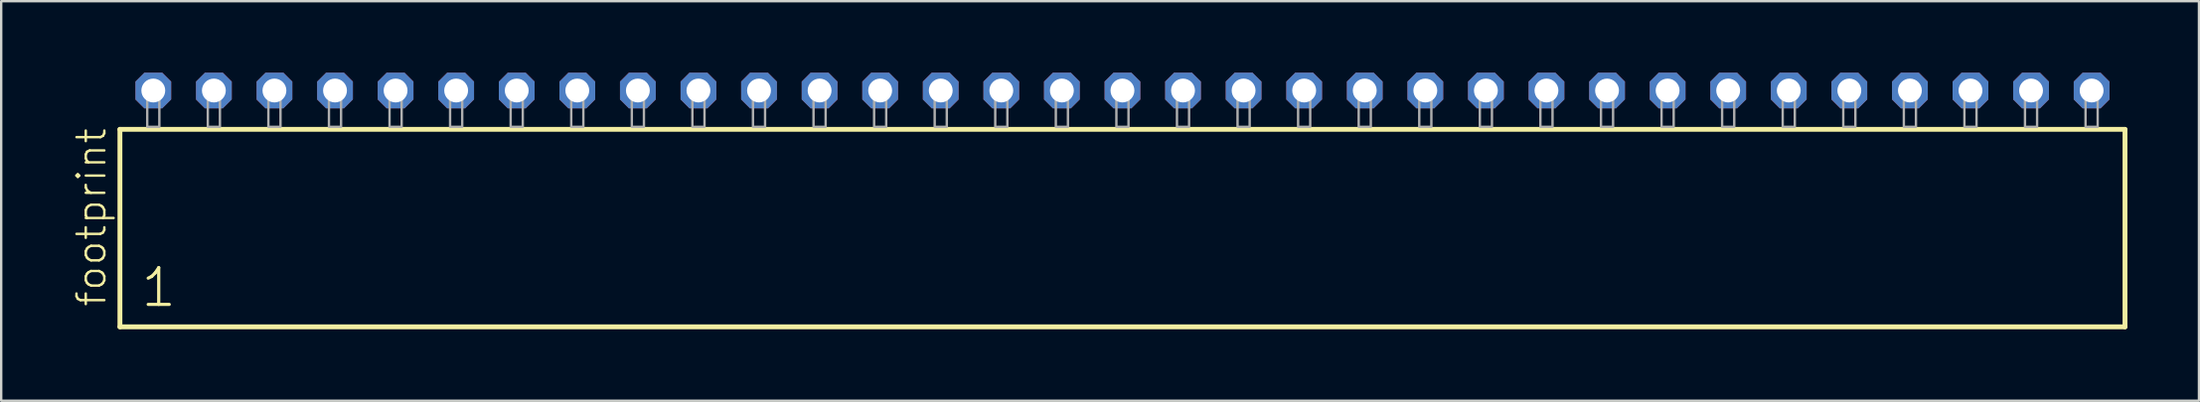
<source format=kicad_pcb>
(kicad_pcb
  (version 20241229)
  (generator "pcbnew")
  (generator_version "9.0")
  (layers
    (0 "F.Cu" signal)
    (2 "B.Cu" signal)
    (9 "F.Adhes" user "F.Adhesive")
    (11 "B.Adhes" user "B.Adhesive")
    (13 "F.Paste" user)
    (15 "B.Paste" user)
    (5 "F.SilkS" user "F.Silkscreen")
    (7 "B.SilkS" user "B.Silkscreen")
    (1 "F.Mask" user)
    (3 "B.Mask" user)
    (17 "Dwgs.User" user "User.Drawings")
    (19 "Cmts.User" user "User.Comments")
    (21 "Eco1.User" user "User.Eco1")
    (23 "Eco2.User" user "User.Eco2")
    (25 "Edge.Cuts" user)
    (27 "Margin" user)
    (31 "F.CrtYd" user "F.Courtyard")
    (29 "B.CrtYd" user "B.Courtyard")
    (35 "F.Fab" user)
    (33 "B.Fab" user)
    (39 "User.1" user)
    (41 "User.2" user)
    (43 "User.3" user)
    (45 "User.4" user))
  (footprint "footprint"
    (layer "F.Cu")
    (at 44.018 2.274)
    (property "Reference" "footprint" (at -42.545 7.62 90) (layer "F.SilkS") (effects (font (size 1.168 1.168) (thickness 0.102)) (justify left bottom)))
    (fp_line (start -42.039 0.106) (end -42.039 8.396) (stroke (width 0.203) (type solid)) (layer "F.SilkS"))
    (fp_line (start -42.039 8.396) (end 42.039 8.396) (stroke (width 0.203) (type solid)) (layer "F.SilkS"))
    (fp_line (start 42.039 0.106) (end -42.039 0.106) (stroke (width 0.203) (type solid)) (layer "F.SilkS"))
    (fp_line (start 42.039 8.396) (end 42.039 0.106) (stroke (width 0.203) (type solid)) (layer "F.SilkS"))
    (fp_poly (pts (xy -40.894 0) (xy -40.386 0) (xy -40.386 -1.778) (xy -40.894 -1.778)) (stroke (width 0.1) (type solid)) (fill no) (layer "F.Fab"))
    (fp_poly (pts (xy -38.354 0) (xy -37.846 0) (xy -37.846 -1.778) (xy -38.354 -1.778)) (stroke (width 0.1) (type solid)) (fill no) (layer "F.Fab"))
    (fp_poly (pts (xy -35.814 0) (xy -35.306 0) (xy -35.306 -1.778) (xy -35.814 -1.778)) (stroke (width 0.1) (type solid)) (fill no) (layer "F.Fab"))
    (fp_poly (pts (xy -33.274 0) (xy -32.766 0) (xy -32.766 -1.778) (xy -33.274 -1.778)) (stroke (width 0.1) (type solid)) (fill no) (layer "F.Fab"))
    (fp_poly (pts (xy -30.734 0) (xy -30.226 0) (xy -30.226 -1.778) (xy -30.734 -1.778)) (stroke (width 0.1) (type solid)) (fill no) (layer "F.Fab"))
    (fp_poly (pts (xy -28.194 0) (xy -27.686 0) (xy -27.686 -1.778) (xy -28.194 -1.778)) (stroke (width 0.1) (type solid)) (fill no) (layer "F.Fab"))
    (fp_poly (pts (xy -25.654 0) (xy -25.146 0) (xy -25.146 -1.778) (xy -25.654 -1.778)) (stroke (width 0.1) (type solid)) (fill no) (layer "F.Fab"))
    (fp_poly (pts (xy -23.114 0) (xy -22.606 0) (xy -22.606 -1.778) (xy -23.114 -1.778)) (stroke (width 0.1) (type solid)) (fill no) (layer "F.Fab"))
    (fp_poly (pts (xy -20.574 0) (xy -20.066 0) (xy -20.066 -1.778) (xy -20.574 -1.778)) (stroke (width 0.1) (type solid)) (fill no) (layer "F.Fab"))
    (fp_poly (pts (xy -18.034 0) (xy -17.526 0) (xy -17.526 -1.778) (xy -18.034 -1.778)) (stroke (width 0.1) (type solid)) (fill no) (layer "F.Fab"))
    (fp_poly (pts (xy -15.494 0) (xy -14.986 0) (xy -14.986 -1.778) (xy -15.494 -1.778)) (stroke (width 0.1) (type solid)) (fill no) (layer "F.Fab"))
    (fp_poly (pts (xy -12.954 0) (xy -12.446 0) (xy -12.446 -1.778) (xy -12.954 -1.778)) (stroke (width 0.1) (type solid)) (fill no) (layer "F.Fab"))
    (fp_poly (pts (xy -10.414 0) (xy -9.906 0) (xy -9.906 -1.778) (xy -10.414 -1.778)) (stroke (width 0.1) (type solid)) (fill no) (layer "F.Fab"))
    (fp_poly (pts (xy -7.874 0) (xy -7.366 0) (xy -7.366 -1.778) (xy -7.874 -1.778)) (stroke (width 0.1) (type solid)) (fill no) (layer "F.Fab"))
    (fp_poly (pts (xy -5.334 0) (xy -4.826 0) (xy -4.826 -1.778) (xy -5.334 -1.778)) (stroke (width 0.1) (type solid)) (fill no) (layer "F.Fab"))
    (fp_poly (pts (xy -2.794 0) (xy -2.286 0) (xy -2.286 -1.778) (xy -2.794 -1.778)) (stroke (width 0.1) (type solid)) (fill no) (layer "F.Fab"))
    (fp_poly (pts (xy -0.254 0) (xy 0.254 0) (xy 0.254 -1.778) (xy -0.254 -1.778)) (stroke (width 0.1) (type solid)) (fill no) (layer "F.Fab"))
    (fp_poly (pts (xy 2.286 0) (xy 2.794 0) (xy 2.794 -1.778) (xy 2.286 -1.778)) (stroke (width 0.1) (type solid)) (fill no) (layer "F.Fab"))
    (fp_poly (pts (xy 4.826 0) (xy 5.334 0) (xy 5.334 -1.778) (xy 4.826 -1.778)) (stroke (width 0.1) (type solid)) (fill no) (layer "F.Fab"))
    (fp_poly (pts (xy 7.366 0) (xy 7.874 0) (xy 7.874 -1.778) (xy 7.366 -1.778)) (stroke (width 0.1) (type solid)) (fill no) (layer "F.Fab"))
    (fp_poly (pts (xy 9.906 0) (xy 10.414 0) (xy 10.414 -1.778) (xy 9.906 -1.778)) (stroke (width 0.1) (type solid)) (fill no) (layer "F.Fab"))
    (fp_poly (pts (xy 12.446 0) (xy 12.954 0) (xy 12.954 -1.778) (xy 12.446 -1.778)) (stroke (width 0.1) (type solid)) (fill no) (layer "F.Fab"))
    (fp_poly (pts (xy 14.986 0) (xy 15.494 0) (xy 15.494 -1.778) (xy 14.986 -1.778)) (stroke (width 0.1) (type solid)) (fill no) (layer "F.Fab"))
    (fp_poly (pts (xy 17.526 0) (xy 18.034 0) (xy 18.034 -1.778) (xy 17.526 -1.778)) (stroke (width 0.1) (type solid)) (fill no) (layer "F.Fab"))
    (fp_poly (pts (xy 20.066 0) (xy 20.574 0) (xy 20.574 -1.778) (xy 20.066 -1.778)) (stroke (width 0.1) (type solid)) (fill no) (layer "F.Fab"))
    (fp_poly (pts (xy 22.606 0) (xy 23.114 0) (xy 23.114 -1.778) (xy 22.606 -1.778)) (stroke (width 0.1) (type solid)) (fill no) (layer "F.Fab"))
    (fp_poly (pts (xy 25.146 0) (xy 25.654 0) (xy 25.654 -1.778) (xy 25.146 -1.778)) (stroke (width 0.1) (type solid)) (fill no) (layer "F.Fab"))
    (fp_poly (pts (xy 27.686 0) (xy 28.194 0) (xy 28.194 -1.778) (xy 27.686 -1.778)) (stroke (width 0.1) (type solid)) (fill no) (layer "F.Fab"))
    (fp_poly (pts (xy 30.226 0) (xy 30.734 0) (xy 30.734 -1.778) (xy 30.226 -1.778)) (stroke (width 0.1) (type solid)) (fill no) (layer "F.Fab"))
    (fp_poly (pts (xy 32.766 0) (xy 33.274 0) (xy 33.274 -1.778) (xy 32.766 -1.778)) (stroke (width 0.1) (type solid)) (fill no) (layer "F.Fab"))
    (fp_poly (pts (xy 35.306 0) (xy 35.814 0) (xy 35.814 -1.778) (xy 35.306 -1.778)) (stroke (width 0.1) (type solid)) (fill no) (layer "F.Fab"))
    (fp_poly (pts (xy 37.846 0) (xy 38.354 0) (xy 38.354 -1.778) (xy 37.846 -1.778)) (stroke (width 0.1) (type solid)) (fill no) (layer "F.Fab"))
    (fp_poly (pts (xy 40.386 0) (xy 40.894 0) (xy 40.894 -1.778) (xy 40.386 -1.778)) (stroke (width 0.1) (type solid)) (fill no) (layer "F.Fab"))
    (fp_text user "1" (at -41.235 7.65 0) (layer "F.SilkS") (effects (font (size 1.542 1.542) (thickness 0.134)) (justify left bottom)))
    (pad "1" thru_hole roundrect (at -40.64 -1.524) (size 1.5 1.5) (drill 1) (layers "*.Cu" "*.Mask") (roundrect_rratio 0.25) (chamfer_ratio 0.25) (chamfer top_left top_right bottom_left bottom_right))
    (pad "2" thru_hole roundrect (at -38.1 -1.524) (size 1.5 1.5) (drill 1) (layers "*.Cu" "*.Mask") (roundrect_rratio 0.25) (chamfer_ratio 0.25) (chamfer top_left top_right bottom_left bottom_right))
    (pad "3" thru_hole roundrect (at -35.56 -1.524) (size 1.5 1.5) (drill 1) (layers "*.Cu" "*.Mask") (roundrect_rratio 0.25) (chamfer_ratio 0.25) (chamfer top_left top_right bottom_left bottom_right))
    (pad "4" thru_hole roundrect (at -33.02 -1.524) (size 1.5 1.5) (drill 1) (layers "*.Cu" "*.Mask") (roundrect_rratio 0.25) (chamfer_ratio 0.25) (chamfer top_left top_right bottom_left bottom_right))
    (pad "5" thru_hole roundrect (at -30.48 -1.524) (size 1.5 1.5) (drill 1) (layers "*.Cu" "*.Mask") (roundrect_rratio 0.25) (chamfer_ratio 0.25) (chamfer top_left top_right bottom_left bottom_right))
    (pad "6" thru_hole roundrect (at -27.94 -1.524) (size 1.5 1.5) (drill 1) (layers "*.Cu" "*.Mask") (roundrect_rratio 0.25) (chamfer_ratio 0.25) (chamfer top_left top_right bottom_left bottom_right))
    (pad "7" thru_hole roundrect (at -25.4 -1.524) (size 1.5 1.5) (drill 1) (layers "*.Cu" "*.Mask") (roundrect_rratio 0.25) (chamfer_ratio 0.25) (chamfer top_left top_right bottom_left bottom_right))
    (pad "8" thru_hole roundrect (at -22.86 -1.524) (size 1.5 1.5) (drill 1) (layers "*.Cu" "*.Mask") (roundrect_rratio 0.25) (chamfer_ratio 0.25) (chamfer top_left top_right bottom_left bottom_right))
    (pad "9" thru_hole roundrect (at -20.32 -1.524) (size 1.5 1.5) (drill 1) (layers "*.Cu" "*.Mask") (roundrect_rratio 0.25) (chamfer_ratio 0.25) (chamfer top_left top_right bottom_left bottom_right))
    (pad "10" thru_hole roundrect (at -17.78 -1.524) (size 1.5 1.5) (drill 1) (layers "*.Cu" "*.Mask") (roundrect_rratio 0.25) (chamfer_ratio 0.25) (chamfer top_left top_right bottom_left bottom_right))
    (pad "11" thru_hole roundrect (at -15.24 -1.524) (size 1.5 1.5) (drill 1) (layers "*.Cu" "*.Mask") (roundrect_rratio 0.25) (chamfer_ratio 0.25) (chamfer top_left top_right bottom_left bottom_right))
    (pad "12" thru_hole roundrect (at -12.7 -1.524) (size 1.5 1.5) (drill 1) (layers "*.Cu" "*.Mask") (roundrect_rratio 0.25) (chamfer_ratio 0.25) (chamfer top_left top_right bottom_left bottom_right))
    (pad "13" thru_hole roundrect (at -10.16 -1.524) (size 1.5 1.5) (drill 1) (layers "*.Cu" "*.Mask") (roundrect_rratio 0.25) (chamfer_ratio 0.25) (chamfer top_left top_right bottom_left bottom_right))
    (pad "14" thru_hole roundrect (at -7.62 -1.524) (size 1.5 1.5) (drill 1) (layers "*.Cu" "*.Mask") (roundrect_rratio 0.25) (chamfer_ratio 0.25) (chamfer top_left top_right bottom_left bottom_right))
    (pad "15" thru_hole roundrect (at -5.08 -1.524) (size 1.5 1.5) (drill 1) (layers "*.Cu" "*.Mask") (roundrect_rratio 0.25) (chamfer_ratio 0.25) (chamfer top_left top_right bottom_left bottom_right))
    (pad "16" thru_hole roundrect (at -2.54 -1.524) (size 1.5 1.5) (drill 1) (layers "*.Cu" "*.Mask") (roundrect_rratio 0.25) (chamfer_ratio 0.25) (chamfer top_left top_right bottom_left bottom_right))
    (pad "17" thru_hole roundrect (at 0 -1.524) (size 1.5 1.5) (drill 1) (layers "*.Cu" "*.Mask") (roundrect_rratio 0.25) (chamfer_ratio 0.25) (chamfer top_left top_right bottom_left bottom_right))
    (pad "18" thru_hole roundrect (at 2.54 -1.524) (size 1.5 1.5) (drill 1) (layers "*.Cu" "*.Mask") (roundrect_rratio 0.25) (chamfer_ratio 0.25) (chamfer top_left top_right bottom_left bottom_right))
    (pad "19" thru_hole roundrect (at 5.08 -1.524) (size 1.5 1.5) (drill 1) (layers "*.Cu" "*.Mask") (roundrect_rratio 0.25) (chamfer_ratio 0.25) (chamfer top_left top_right bottom_left bottom_right))
    (pad "20" thru_hole roundrect (at 7.62 -1.524) (size 1.5 1.5) (drill 1) (layers "*.Cu" "*.Mask") (roundrect_rratio 0.25) (chamfer_ratio 0.25) (chamfer top_left top_right bottom_left bottom_right))
    (pad "21" thru_hole roundrect (at 10.16 -1.524) (size 1.5 1.5) (drill 1) (layers "*.Cu" "*.Mask") (roundrect_rratio 0.25) (chamfer_ratio 0.25) (chamfer top_left top_right bottom_left bottom_right))
    (pad "22" thru_hole roundrect (at 12.7 -1.524) (size 1.5 1.5) (drill 1) (layers "*.Cu" "*.Mask") (roundrect_rratio 0.25) (chamfer_ratio 0.25) (chamfer top_left top_right bottom_left bottom_right))
    (pad "23" thru_hole roundrect (at 15.24 -1.524) (size 1.5 1.5) (drill 1) (layers "*.Cu" "*.Mask") (roundrect_rratio 0.25) (chamfer_ratio 0.25) (chamfer top_left top_right bottom_left bottom_right))
    (pad "24" thru_hole roundrect (at 17.78 -1.524) (size 1.5 1.5) (drill 1) (layers "*.Cu" "*.Mask") (roundrect_rratio 0.25) (chamfer_ratio 0.25) (chamfer top_left top_right bottom_left bottom_right))
    (pad "25" thru_hole roundrect (at 20.32 -1.524) (size 1.5 1.5) (drill 1) (layers "*.Cu" "*.Mask") (roundrect_rratio 0.25) (chamfer_ratio 0.25) (chamfer top_left top_right bottom_left bottom_right))
    (pad "26" thru_hole roundrect (at 22.86 -1.524) (size 1.5 1.5) (drill 1) (layers "*.Cu" "*.Mask") (roundrect_rratio 0.25) (chamfer_ratio 0.25) (chamfer top_left top_right bottom_left bottom_right))
    (pad "27" thru_hole roundrect (at 25.4 -1.524) (size 1.5 1.5) (drill 1) (layers "*.Cu" "*.Mask") (roundrect_rratio 0.25) (chamfer_ratio 0.25) (chamfer top_left top_right bottom_left bottom_right))
    (pad "28" thru_hole roundrect (at 27.94 -1.524) (size 1.5 1.5) (drill 1) (layers "*.Cu" "*.Mask") (roundrect_rratio 0.25) (chamfer_ratio 0.25) (chamfer top_left top_right bottom_left bottom_right))
    (pad "29" thru_hole roundrect (at 30.48 -1.524) (size 1.5 1.5) (drill 1) (layers "*.Cu" "*.Mask") (roundrect_rratio 0.25) (chamfer_ratio 0.25) (chamfer top_left top_right bottom_left bottom_right))
    (pad "30" thru_hole roundrect (at 33.02 -1.524) (size 1.5 1.5) (drill 1) (layers "*.Cu" "*.Mask") (roundrect_rratio 0.25) (chamfer_ratio 0.25) (chamfer top_left top_right bottom_left bottom_right))
    (pad "31" thru_hole roundrect (at 35.56 -1.524) (size 1.5 1.5) (drill 1) (layers "*.Cu" "*.Mask") (roundrect_rratio 0.25) (chamfer_ratio 0.25) (chamfer top_left top_right bottom_left bottom_right))
    (pad "32" thru_hole roundrect (at 38.1 -1.524) (size 1.5 1.5) (drill 1) (layers "*.Cu" "*.Mask") (roundrect_rratio 0.25) (chamfer_ratio 0.25) (chamfer top_left top_right bottom_left bottom_right))
    (pad "33" thru_hole roundrect (at 40.64 -1.524) (size 1.5 1.5) (drill 1) (layers "*.Cu" "*.Mask") (roundrect_rratio 0.25) (chamfer_ratio 0.25) (chamfer top_left top_right bottom_left bottom_right)))
  (gr_rect
    (start -3 -3)
    (end 89.159 13.772)
    (stroke (width 0.1) (type default))
    (fill no)
    (layer "Edge.Cuts")))
</source>
